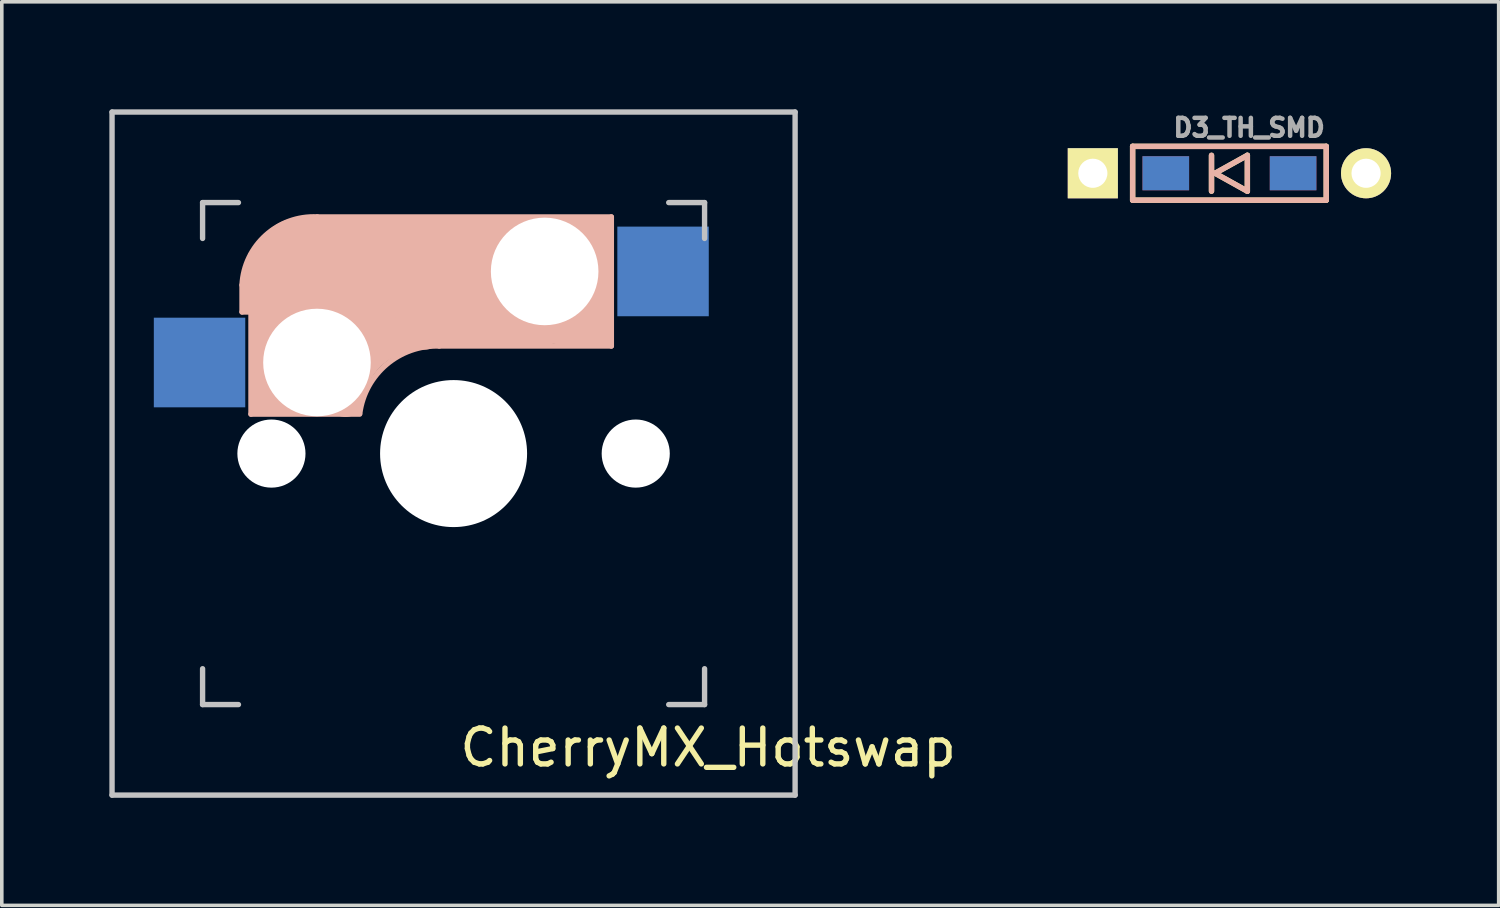
<source format=kicad_pcb>
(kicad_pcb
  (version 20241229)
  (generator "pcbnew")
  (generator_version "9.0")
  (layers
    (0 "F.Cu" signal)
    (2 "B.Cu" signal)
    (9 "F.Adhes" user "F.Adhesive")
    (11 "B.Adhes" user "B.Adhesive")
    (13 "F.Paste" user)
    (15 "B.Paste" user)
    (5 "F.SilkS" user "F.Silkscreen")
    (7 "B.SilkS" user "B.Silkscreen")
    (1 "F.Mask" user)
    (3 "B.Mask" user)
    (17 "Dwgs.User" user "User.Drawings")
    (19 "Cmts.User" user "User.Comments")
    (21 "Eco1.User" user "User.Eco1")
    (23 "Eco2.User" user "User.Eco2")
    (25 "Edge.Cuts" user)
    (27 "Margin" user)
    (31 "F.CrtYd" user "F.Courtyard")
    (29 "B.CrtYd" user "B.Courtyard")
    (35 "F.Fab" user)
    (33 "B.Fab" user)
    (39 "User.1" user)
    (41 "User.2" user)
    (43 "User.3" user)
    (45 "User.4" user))
  (footprint "CherryMX_Hotswap"
    (layer "F.Cu")
    (at 9.6 9.6)
    (property "Reference" "CherryMX_Hotswap" (at 7.1 8.2 0) (layer "F.SilkS") (effects (font (size 1 1) (thickness 0.15))))
    (attr through_hole)
    (fp_line (start -5.9 -4.7) (end -5.9 -3.95) (stroke (width 0.15) (type solid)) (layer "B.SilkS"))
    (fp_line (start -5.9 -3.95) (end -5.7 -3.95) (stroke (width 0.15) (type solid)) (layer "B.SilkS"))
    (fp_line (start -5.8 -4.05) (end -5.8 -4.7) (stroke (width 0.3) (type solid)) (layer "B.SilkS"))
    (fp_line (start -5.65 -5.55) (end -5.65 -1.1) (stroke (width 0.15) (type solid)) (layer "B.SilkS"))
    (fp_line (start -5.65 -1.1) (end -2.62 -1.1) (stroke (width 0.15) (type solid)) (layer "B.SilkS"))
    (fp_line (start -5.45 -1.3) (end -3 -1.3) (stroke (width 0.5) (type solid)) (layer "B.SilkS"))
    (fp_line (start -5.3 -1.6) (end -5.3 -3.4) (stroke (width 0.8) (type solid)) (layer "B.SilkS"))
    (fp_line (start -4.17 -5.1) (end -4.17 -2.86) (stroke (width 3) (type solid)) (layer "B.SilkS"))
    (fp_line (start -0.4 -3) (end 4.4 -3) (stroke (width 0.15) (type solid)) (layer "B.SilkS"))
    (fp_line (start 2.6 -4.8) (end -4.1 -4.8) (stroke (width 3.5) (type solid)) (layer "B.SilkS"))
    (fp_line (start 3.9 -6) (end 3.9 -3.5) (stroke (width 1) (type solid)) (layer "B.SilkS"))
    (fp_line (start 4.2 -3.25) (end 2.9 -3.3) (stroke (width 0.5) (type solid)) (layer "B.SilkS"))
    (fp_line (start 4.25 -6.4) (end 3 -6.4) (stroke (width 0.4) (type solid)) (layer "B.SilkS"))
    (fp_line (start 4.38 -4) (end 4.38 -6.25) (stroke (width 0.15) (type solid)) (layer "B.SilkS"))
    (fp_line (start 4.4 -6.6) (end -3.8 -6.6) (stroke (width 0.15) (type solid)) (layer "B.SilkS"))
    (fp_line (start 4.4 -3) (end 4.4 -6.6) (stroke (width 0.15) (type solid)) (layer "B.SilkS"))
    (fp_arc (start -5.9 -4.699999) (mid -5.243504 -6.084924) (end -3.800001 -6.6) (stroke (width 0.15) (type solid)) (layer "B.SilkS"))
    (fp_arc (start -3.016318 -1.521471) (mid -2.268709 -2.886118) (end -0.8 -3.4) (stroke (width 1) (type solid)) (layer "B.SilkS"))
    (fp_arc (start -2.616318 -1.121471) (mid -1.868709 -2.486118) (end -0.4 -3) (stroke (width 0.15) (type solid)) (layer "B.SilkS"))
    (fp_line (start -9.525 -9.525) (end 9.525 -9.525) (stroke (width 0.15) (type solid)) (layer "Dwgs.User"))
    (fp_line (start -9.525 9.525) (end -9.525 -9.525) (stroke (width 0.15) (type solid)) (layer "Dwgs.User"))
    (fp_line (start -7 -7) (end -6 -7) (stroke (width 0.15) (type solid)) (layer "Dwgs.User"))
    (fp_line (start -7 -6) (end -7 -7) (stroke (width 0.15) (type solid)) (layer "Dwgs.User"))
    (fp_line (start -7 6) (end -7 7) (stroke (width 0.15) (type solid)) (layer "Dwgs.User"))
    (fp_line (start -7 7) (end -6 7) (stroke (width 0.15) (type solid)) (layer "Dwgs.User"))
    (fp_line (start 6 7) (end 7 7) (stroke (width 0.15) (type solid)) (layer "Dwgs.User"))
    (fp_line (start 7 -7) (end 6 -7) (stroke (width 0.15) (type solid)) (layer "Dwgs.User"))
    (fp_line (start 7 -7) (end 7 -6) (stroke (width 0.15) (type solid)) (layer "Dwgs.User"))
    (fp_line (start 7 7) (end 7 6) (stroke (width 0.15) (type solid)) (layer "Dwgs.User"))
    (fp_line (start 9.525 -9.525) (end 9.525 9.525) (stroke (width 0.15) (type solid)) (layer "Dwgs.User"))
    (fp_line (start 9.525 9.525) (end -9.525 9.525) (stroke (width 0.15) (type solid)) (layer "Dwgs.User"))
    (pad "" np_thru_hole circle (at -5.08 0) (size 1.9 1.9) (drill 1.9) (layers "*.Cu" "*.Mask"))
    (pad "" np_thru_hole circle (at -3.81 -2.54) (size 3 3) (drill 3) (layers "*.Cu" "*.Mask"))
    (pad "" np_thru_hole circle (at 0 0 90) (size 4.1 4.1) (drill 4.1) (layers "*.Cu" "*.Mask"))
    (pad "" np_thru_hole circle (at 2.54 -5.08) (size 3 3) (drill 3) (layers "*.Cu" "*.Mask"))
    (pad "" np_thru_hole circle (at 5.08 0) (size 1.9 1.9) (drill 1.9) (layers "*.Cu" "*.Mask"))
    (pad "1" smd rect (at -7.085 -2.54 180) (size 2.55 2.5) (layers "B.Cu" "B.Mask" "B.Paste"))
    (pad "2" smd rect (at 5.842 -5.08 180) (size 2.55 2.5) (layers "B.Cu" "B.Mask" "B.Paste")))
  (footprint "D3_TH_SMD"
    (layer "F.Cu")
    (at 31.238 1.782)
    (property "Reference" "D3_TH_SMD" (at 0.55 -1.27 0) (layer "F.Fab") (effects (font (size 0.5 0.5) (thickness 0.125))))
    (attr through_hole)
    (fp_line (start -2.7 -0.75) (end -2.7 0.75) (stroke (width 0.15) (type solid)) (layer "F.SilkS"))
    (fp_line (start -2.7 0.75) (end 2.7 0.75) (stroke (width 0.15) (type solid)) (layer "F.SilkS"))
    (fp_line (start -0.5 -0.5) (end -0.5 0.5) (stroke (width 0.15) (type solid)) (layer "F.SilkS"))
    (fp_line (start -0.4 0) (end 0.5 -0.5) (stroke (width 0.15) (type solid)) (layer "F.SilkS"))
    (fp_line (start 0.5 -0.5) (end 0.5 0.5) (stroke (width 0.15) (type solid)) (layer "F.SilkS"))
    (fp_line (start 0.5 0.5) (end -0.4 0) (stroke (width 0.15) (type solid)) (layer "F.SilkS"))
    (fp_line (start 2.7 -0.75) (end -2.7 -0.75) (stroke (width 0.15) (type solid)) (layer "F.SilkS"))
    (fp_line (start 2.7 0.75) (end 2.7 -0.75) (stroke (width 0.15) (type solid)) (layer "F.SilkS"))
    (fp_line (start -2.7 -0.75) (end -2.7 0.75) (stroke (width 0.15) (type solid)) (layer "B.SilkS"))
    (fp_line (start -2.7 0.75) (end 2.7 0.75) (stroke (width 0.15) (type solid)) (layer "B.SilkS"))
    (fp_line (start -0.5 -0.5) (end -0.5 0.5) (stroke (width 0.15) (type solid)) (layer "B.SilkS"))
    (fp_line (start -0.4 0) (end 0.5 -0.5) (stroke (width 0.15) (type solid)) (layer "B.SilkS"))
    (fp_line (start 0.5 -0.5) (end 0.5 0.5) (stroke (width 0.15) (type solid)) (layer "B.SilkS"))
    (fp_line (start 0.5 0.5) (end -0.4 0) (stroke (width 0.15) (type solid)) (layer "B.SilkS"))
    (fp_line (start 2.7 -0.75) (end -2.7 -0.75) (stroke (width 0.15) (type solid)) (layer "B.SilkS"))
    (fp_line (start 2.7 0.75) (end 2.7 -0.75) (stroke (width 0.15) (type solid)) (layer "B.SilkS"))
    (pad "1" thru_hole rect (at -3.81 0) (size 1.397 1.397) (drill 0.813) (layers "*.Cu" "*.Mask" "F.SilkS"))
    (pad "1" smd rect (at -1.775 0) (size 1.3 0.95) (layers "F.Cu" "F.Mask" "F.Paste"))
    (pad "1" smd rect (at -1.775 0) (size 1.3 0.95) (layers "B.Cu" "B.Mask" "B.Paste"))
    (pad "2" smd rect (at 1.775 0) (size 1.3 0.95) (layers "F.Cu" "F.Mask" "F.Paste"))
    (pad "2" smd rect (at 1.775 0) (size 1.3 0.95) (layers "B.Cu" "B.Mask" "B.Paste"))
    (pad "2" thru_hole circle (at 3.81 0) (size 1.397 1.397) (drill 0.813) (layers "*.Cu" "*.Mask" "F.SilkS")))
  (gr_rect
    (start -3 -3)
    (end 38.747 22.2)
    (stroke (width 0.1) (type default))
    (fill no)
    (layer "Edge.Cuts")))
</source>
